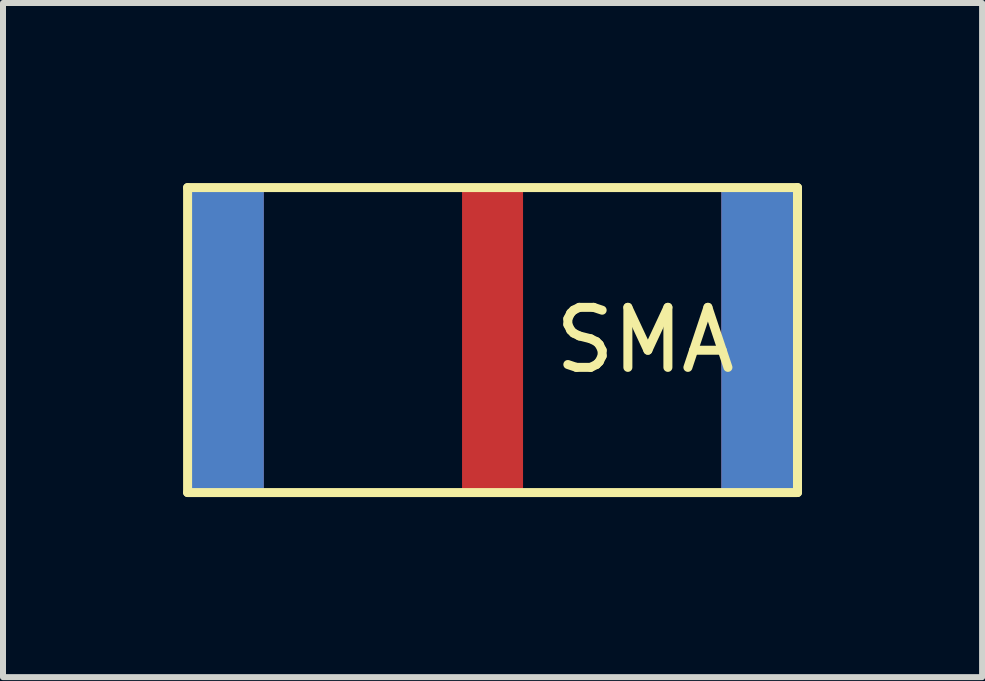
<source format=kicad_pcb>
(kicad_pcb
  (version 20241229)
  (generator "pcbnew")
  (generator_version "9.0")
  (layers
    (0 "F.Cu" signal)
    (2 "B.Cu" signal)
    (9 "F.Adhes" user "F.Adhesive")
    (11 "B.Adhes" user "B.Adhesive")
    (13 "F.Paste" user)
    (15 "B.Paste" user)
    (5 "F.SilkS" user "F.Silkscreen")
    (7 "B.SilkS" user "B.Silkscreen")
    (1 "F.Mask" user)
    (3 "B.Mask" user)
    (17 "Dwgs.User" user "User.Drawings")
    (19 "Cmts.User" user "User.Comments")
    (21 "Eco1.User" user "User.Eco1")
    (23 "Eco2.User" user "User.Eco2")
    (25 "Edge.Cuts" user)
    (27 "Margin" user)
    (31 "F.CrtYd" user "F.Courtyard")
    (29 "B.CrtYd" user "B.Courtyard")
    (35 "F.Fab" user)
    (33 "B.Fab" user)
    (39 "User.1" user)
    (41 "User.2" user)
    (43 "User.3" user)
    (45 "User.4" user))
  (footprint "SMA"
    (layer "F.Cu")
    (at 5.155 2.615)
    (property "Reference" "SMA" (at 2.54 0 0) (layer "F.SilkS") (effects (font (size 1 1) (thickness 0.15))))
    (attr through_hole)
    (fp_line (start -5.08 -2.54) (end 5.08 -2.54) (stroke (width 0.15) (type solid)) (layer "F.SilkS"))
    (fp_line (start -5.08 2.54) (end -5.08 -2.54) (stroke (width 0.15) (type solid)) (layer "F.SilkS"))
    (fp_line (start 5.08 -2.54) (end 5.08 2.54) (stroke (width 0.15) (type solid)) (layer "F.SilkS"))
    (fp_line (start 5.08 2.54) (end -5.08 2.54) (stroke (width 0.15) (type solid)) (layer "F.SilkS"))
    (pad "1" smd rect (at 0 0) (size 1.016 5.08) (layers "F.Cu" "F.Mask" "F.Paste"))
    (pad "2" smd rect (at -5.08 0) (size 1.27 5.08) (drill (offset 0.635 0)) (layers "F.Cu" "F.Mask" "F.Paste"))
    (pad "2" smd rect (at -5.08 0) (size 1.27 5.08) (drill (offset 0.635 0)) (layers "B.Cu" "B.Mask" "B.Paste"))
    (pad "2" smd rect (at 5.08 0) (size 1.27 5.08) (drill (offset -0.635 0)) (layers "F.Cu" "F.Mask" "F.Paste"))
    (pad "2" smd rect (at 5.08 0) (size 1.27 5.08) (drill (offset -0.635 0)) (layers "B.Cu" "B.Mask" "B.Paste")))
  (gr_rect
    (start -3 -3)
    (end 13.31 8.23)
    (stroke (width 0.1) (type default))
    (fill no)
    (layer "Edge.Cuts")))
</source>
